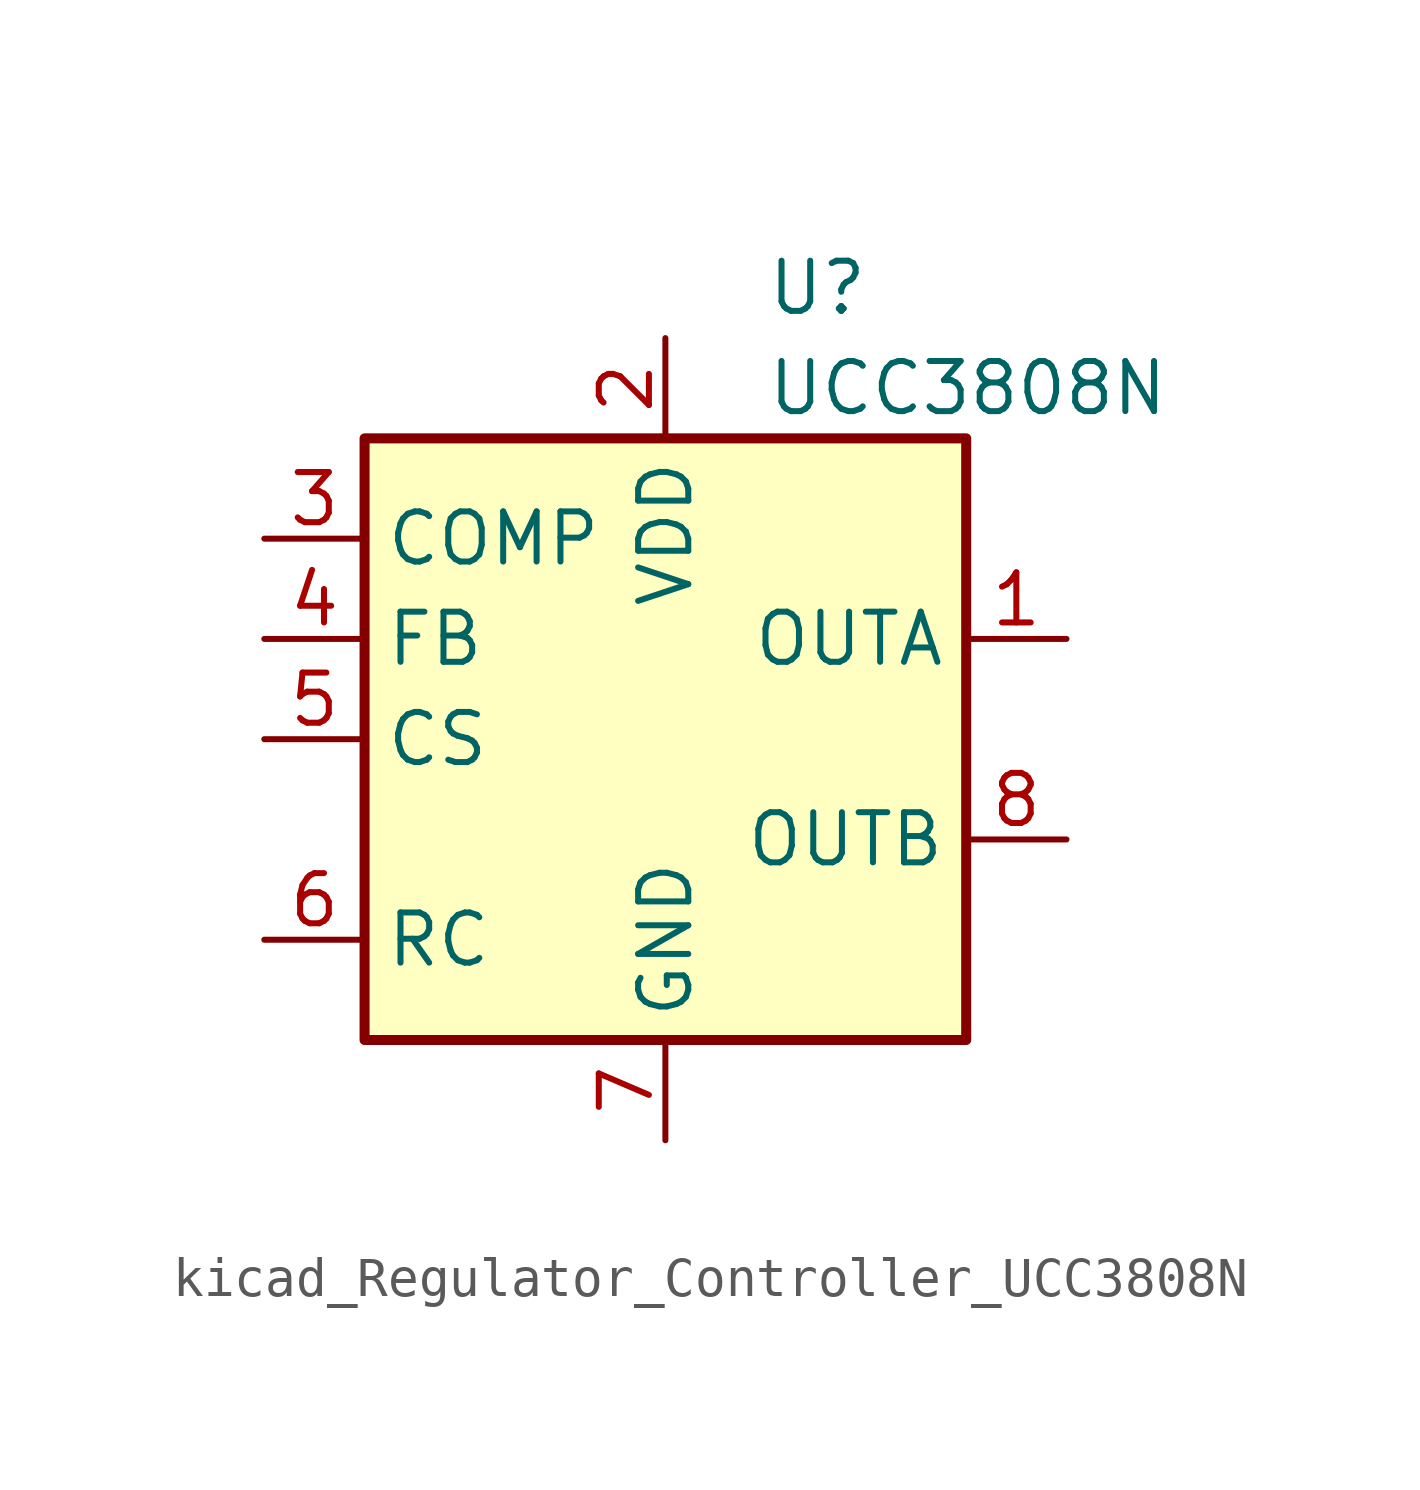
<source format=kicad_sym>
(kicad_symbol_lib
  (version 20220914)
  (generator kicad_symbol_editor)
  (symbol "kicad_Regulator_Controller_UCC3808N"
    (property "Reference" "U"
      (at 2.54 11.43 0)
      (effects (font (size 1.27 1.27)) (justify left)))
    (property "Value" "UCC3808N"
      (at 2.54 8.89 0)
      (effects (font (size 1.27 1.27)) (justify left)))
    (symbol "kicad_Regulator_Controller_UCC3808N_0_1"
      (rectangle (start -7.62 -7.62) (end 7.62 7.62) (stroke (width 0.254) (type default)) (fill (type background))))
    (symbol "kicad_Regulator_Controller_UCC3808N_1_1"
      (pin output line (at 10.16 2.54 180) (length 2.54) (name "OUTA" (effects (font (size 1.27 1.27)))) (number "1" (effects (font (size 1.27 1.27)))))
      (pin power_in line (at 0 10.16 270) (length 2.54) (name "VDD" (effects (font (size 1.27 1.27)))) (number "2" (effects (font (size 1.27 1.27)))))
      (pin passive line (at -10.16 5.08 0) (length 2.54) (name "COMP" (effects (font (size 1.27 1.27)))) (number "3" (effects (font (size 1.27 1.27)))))
      (pin input line (at -10.16 2.54 0) (length 2.54) (name "FB" (effects (font (size 1.27 1.27)))) (number "4" (effects (font (size 1.27 1.27)))))
      (pin input line (at -10.16 0 0) (length 2.54) (name "CS" (effects (font (size 1.27 1.27)))) (number "5" (effects (font (size 1.27 1.27)))))
      (pin passive line (at -10.16 -5.08 0) (length 2.54) (name "RC" (effects (font (size 1.27 1.27)))) (number "6" (effects (font (size 1.27 1.27)))))
      (pin power_in line (at 0 -10.16 90) (length 2.54) (name "GND" (effects (font (size 1.27 1.27)))) (number "7" (effects (font (size 1.27 1.27)))))
      (pin output line (at 10.16 -2.54 180) (length 2.54) (name "OUTB" (effects (font (size 1.27 1.27)))) (number "8" (effects (font (size 1.27 1.27))))))))
</source>
